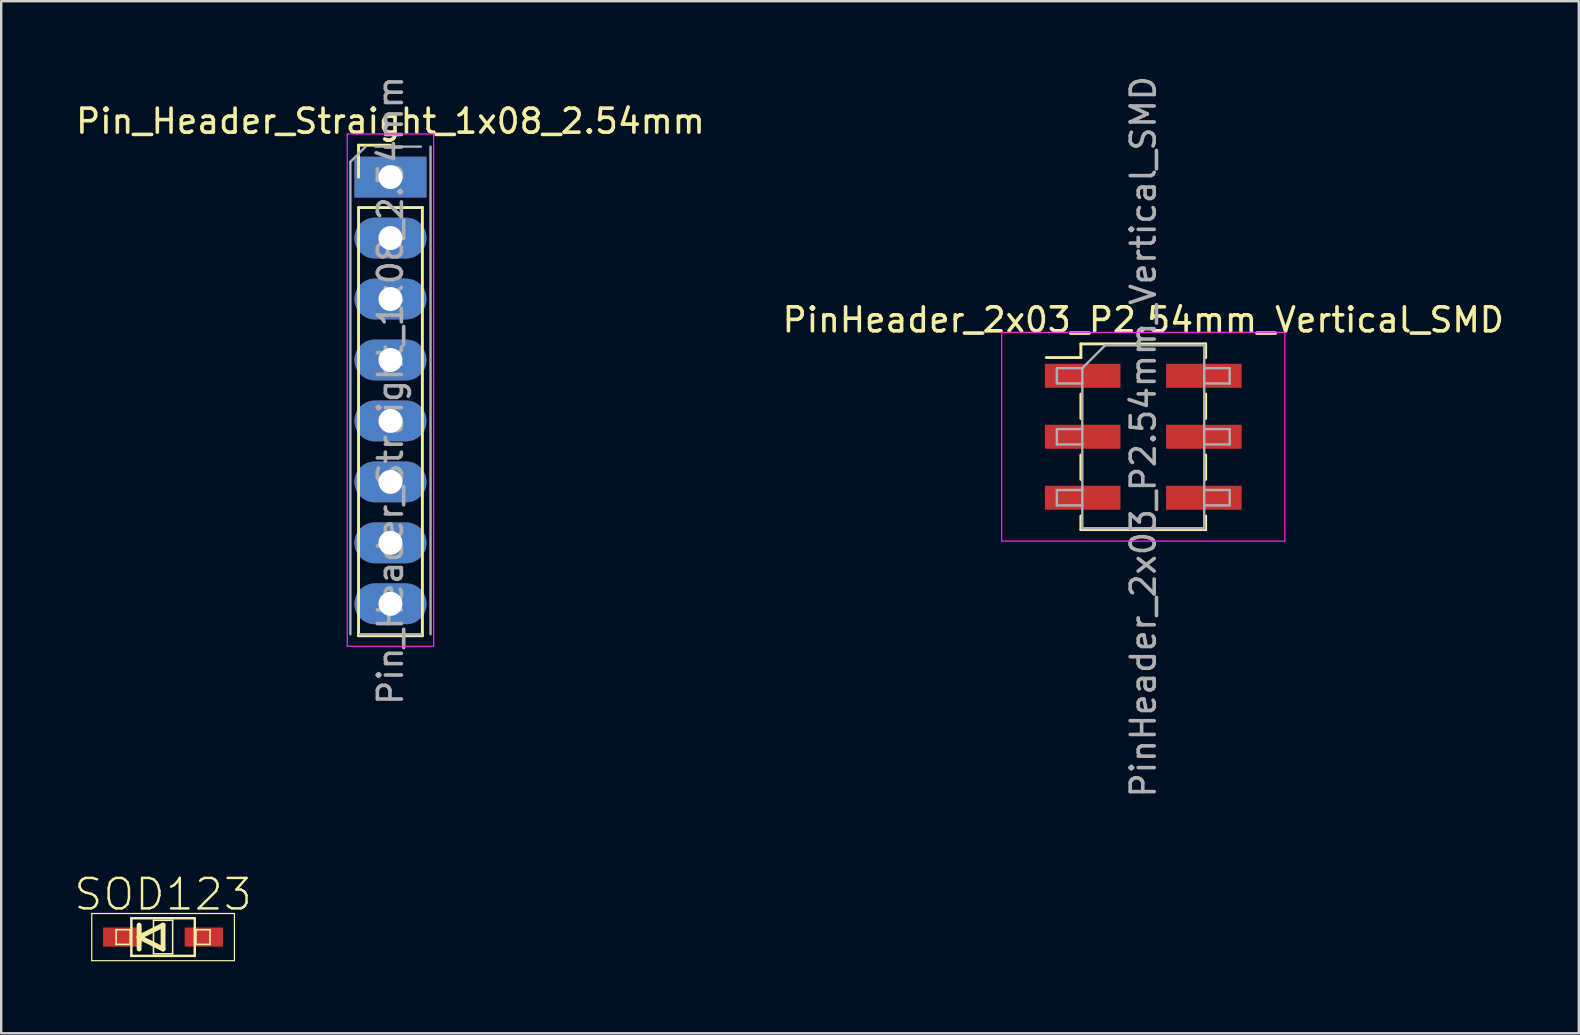
<source format=kicad_pcb>
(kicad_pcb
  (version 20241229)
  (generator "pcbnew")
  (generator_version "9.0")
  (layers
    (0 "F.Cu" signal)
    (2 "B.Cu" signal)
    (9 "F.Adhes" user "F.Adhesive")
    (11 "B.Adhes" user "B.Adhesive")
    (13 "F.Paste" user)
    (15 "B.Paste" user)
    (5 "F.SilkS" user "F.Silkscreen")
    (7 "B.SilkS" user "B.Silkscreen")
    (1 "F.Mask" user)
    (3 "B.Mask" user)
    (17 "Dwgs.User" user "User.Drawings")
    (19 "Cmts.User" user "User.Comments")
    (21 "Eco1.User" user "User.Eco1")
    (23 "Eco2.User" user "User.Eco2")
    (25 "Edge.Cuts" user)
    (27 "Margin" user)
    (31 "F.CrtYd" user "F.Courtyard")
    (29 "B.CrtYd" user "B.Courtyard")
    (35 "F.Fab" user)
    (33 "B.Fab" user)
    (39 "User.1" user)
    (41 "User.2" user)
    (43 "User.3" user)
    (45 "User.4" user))
  (footprint "SOD123"
    (layer "F.Cu")
    (at 3.745 35.997)
    (property "Reference" "SOD123" (at 0 -1.778 0) (layer "F.SilkS") (effects (font (size 1.27 1.27) (thickness 0.102))))
    (attr smd)
    (fp_line (start -2.972 -0.983) (end 2.972 -0.983) (stroke (width 0.051) (type solid)) (layer "F.SilkS"))
    (fp_line (start -2.972 0.983) (end -2.972 -0.983) (stroke (width 0.051) (type solid)) (layer "F.SilkS"))
    (fp_line (start -1.956 -0.305) (end -1.372 -0.305) (stroke (width 0.066) (type solid)) (layer "F.SilkS"))
    (fp_line (start -1.956 0.305) (end -1.956 -0.305) (stroke (width 0.066) (type solid)) (layer "F.SilkS"))
    (fp_line (start -1.956 0.305) (end -1.372 0.305) (stroke (width 0.066) (type solid)) (layer "F.SilkS"))
    (fp_line (start -1.372 0.305) (end -1.372 -0.305) (stroke (width 0.066) (type solid)) (layer "F.SilkS"))
    (fp_line (start -1.321 -0.785) (end 1.321 -0.785) (stroke (width 0.102) (type solid)) (layer "F.SilkS"))
    (fp_line (start -1.321 0.785) (end -1.321 -0.785) (stroke (width 0.102) (type solid)) (layer "F.SilkS"))
    (fp_line (start -1.321 0.785) (end 1.321 0.785) (stroke (width 0.102) (type solid)) (layer "F.SilkS"))
    (fp_line (start -0.998 -0.498) (end -0.998 0) (stroke (width 0.203) (type solid)) (layer "F.SilkS"))
    (fp_line (start -0.998 0) (end -0.998 0.498) (stroke (width 0.203) (type solid)) (layer "F.SilkS"))
    (fp_line (start -0.998 0) (end 0 -0.498) (stroke (width 0.203) (type solid)) (layer "F.SilkS"))
    (fp_line (start -0.399 -0.699) (end 0.399 -0.699) (stroke (width 0.066) (type solid)) (layer "F.SilkS"))
    (fp_line (start -0.399 0.699) (end -0.399 -0.699) (stroke (width 0.066) (type solid)) (layer "F.SilkS"))
    (fp_line (start -0.399 0.699) (end 0.399 0.699) (stroke (width 0.066) (type solid)) (layer "F.SilkS"))
    (fp_line (start 0 -0.498) (end 0 0.498) (stroke (width 0.203) (type solid)) (layer "F.SilkS"))
    (fp_line (start 0 0.498) (end -0.998 0) (stroke (width 0.203) (type solid)) (layer "F.SilkS"))
    (fp_line (start 0.399 0.699) (end 0.399 -0.699) (stroke (width 0.066) (type solid)) (layer "F.SilkS"))
    (fp_line (start 1.321 0.785) (end 1.321 -0.785) (stroke (width 0.102) (type solid)) (layer "F.SilkS"))
    (fp_line (start 1.372 -0.305) (end 1.956 -0.305) (stroke (width 0.066) (type solid)) (layer "F.SilkS"))
    (fp_line (start 1.372 0.305) (end 1.372 -0.305) (stroke (width 0.066) (type solid)) (layer "F.SilkS"))
    (fp_line (start 1.372 0.305) (end 1.956 0.305) (stroke (width 0.066) (type solid)) (layer "F.SilkS"))
    (fp_line (start 1.956 0.305) (end 1.956 -0.305) (stroke (width 0.066) (type solid)) (layer "F.SilkS"))
    (fp_line (start 2.972 -0.983) (end 2.972 0.983) (stroke (width 0.051) (type solid)) (layer "F.SilkS"))
    (fp_line (start 2.972 0.983) (end -2.972 0.983) (stroke (width 0.051) (type solid)) (layer "F.SilkS"))
    (pad "ANOD" smd rect (at 1.699 0) (size 1.598 0.798) (layers "F.Cu" "F.Mask" "F.Paste"))
    (pad "CATH" smd rect (at -1.699 0) (size 1.598 0.798) (layers "F.Cu" "F.Mask" "F.Paste")))
  (footprint "PinHeader_2x03_P2.54mm_Vertical_SMD"
    (layer "F.Cu")
    (at 44.589 15.149)
    (property "Reference" "PinHeader_2x03_P2.54mm_Vertical_SMD" (at 0 -4.87 0) (layer "F.SilkS") (effects (font (size 1 1) (thickness 0.15))))
    (attr smd)
    (fp_line (start -4.04 -3.3) (end -2.6 -3.3) (stroke (width 0.12) (type solid)) (layer "F.SilkS"))
    (fp_line (start -2.6 -3.87) (end -2.6 -3.3) (stroke (width 0.12) (type solid)) (layer "F.SilkS"))
    (fp_line (start -2.6 -3.87) (end 2.6 -3.87) (stroke (width 0.12) (type solid)) (layer "F.SilkS"))
    (fp_line (start -2.6 -1.78) (end -2.6 -0.76) (stroke (width 0.12) (type solid)) (layer "F.SilkS"))
    (fp_line (start -2.6 0.76) (end -2.6 1.78) (stroke (width 0.12) (type solid)) (layer "F.SilkS"))
    (fp_line (start -2.6 3.3) (end -2.6 3.87) (stroke (width 0.12) (type solid)) (layer "F.SilkS"))
    (fp_line (start -2.6 3.87) (end 2.6 3.87) (stroke (width 0.12) (type solid)) (layer "F.SilkS"))
    (fp_line (start 2.6 -3.87) (end 2.6 -3.3) (stroke (width 0.12) (type solid)) (layer "F.SilkS"))
    (fp_line (start 2.6 -1.78) (end 2.6 -0.76) (stroke (width 0.12) (type solid)) (layer "F.SilkS"))
    (fp_line (start 2.6 0.76) (end 2.6 1.78) (stroke (width 0.12) (type solid)) (layer "F.SilkS"))
    (fp_line (start 2.6 3.3) (end 2.6 3.87) (stroke (width 0.12) (type solid)) (layer "F.SilkS"))
    (fp_line (start -5.9 -4.35) (end -5.9 4.35) (stroke (width 0.05) (type solid)) (layer "F.CrtYd"))
    (fp_line (start -5.9 4.35) (end 5.9 4.35) (stroke (width 0.05) (type solid)) (layer "F.CrtYd"))
    (fp_line (start 5.9 -4.35) (end -5.9 -4.35) (stroke (width 0.05) (type solid)) (layer "F.CrtYd"))
    (fp_line (start 5.9 4.35) (end 5.9 -4.35) (stroke (width 0.05) (type solid)) (layer "F.CrtYd"))
    (fp_line (start -3.6 -2.86) (end -3.6 -2.22) (stroke (width 0.1) (type solid)) (layer "F.Fab"))
    (fp_line (start -3.6 -2.22) (end -2.54 -2.22) (stroke (width 0.1) (type solid)) (layer "F.Fab"))
    (fp_line (start -3.6 -0.32) (end -3.6 0.32) (stroke (width 0.1) (type solid)) (layer "F.Fab"))
    (fp_line (start -3.6 0.32) (end -2.54 0.32) (stroke (width 0.1) (type solid)) (layer "F.Fab"))
    (fp_line (start -3.6 2.22) (end -3.6 2.86) (stroke (width 0.1) (type solid)) (layer "F.Fab"))
    (fp_line (start -3.6 2.86) (end -2.54 2.86) (stroke (width 0.1) (type solid)) (layer "F.Fab"))
    (fp_line (start -2.54 -2.86) (end -3.6 -2.86) (stroke (width 0.1) (type solid)) (layer "F.Fab"))
    (fp_line (start -2.54 -2.86) (end -1.59 -3.81) (stroke (width 0.1) (type solid)) (layer "F.Fab"))
    (fp_line (start -2.54 -0.32) (end -3.6 -0.32) (stroke (width 0.1) (type solid)) (layer "F.Fab"))
    (fp_line (start -2.54 2.22) (end -3.6 2.22) (stroke (width 0.1) (type solid)) (layer "F.Fab"))
    (fp_line (start -2.54 3.81) (end -2.54 -2.86) (stroke (width 0.1) (type solid)) (layer "F.Fab"))
    (fp_line (start -1.59 -3.81) (end 2.54 -3.81) (stroke (width 0.1) (type solid)) (layer "F.Fab"))
    (fp_line (start 2.54 -3.81) (end 2.54 3.81) (stroke (width 0.1) (type solid)) (layer "F.Fab"))
    (fp_line (start 2.54 -2.86) (end 3.6 -2.86) (stroke (width 0.1) (type solid)) (layer "F.Fab"))
    (fp_line (start 2.54 -0.32) (end 3.6 -0.32) (stroke (width 0.1) (type solid)) (layer "F.Fab"))
    (fp_line (start 2.54 2.22) (end 3.6 2.22) (stroke (width 0.1) (type solid)) (layer "F.Fab"))
    (fp_line (start 2.54 3.81) (end -2.54 3.81) (stroke (width 0.1) (type solid)) (layer "F.Fab"))
    (fp_line (start 3.6 -2.86) (end 3.6 -2.22) (stroke (width 0.1) (type solid)) (layer "F.Fab"))
    (fp_line (start 3.6 -2.22) (end 2.54 -2.22) (stroke (width 0.1) (type solid)) (layer "F.Fab"))
    (fp_line (start 3.6 -0.32) (end 3.6 0.32) (stroke (width 0.1) (type solid)) (layer "F.Fab"))
    (fp_line (start 3.6 0.32) (end 2.54 0.32) (stroke (width 0.1) (type solid)) (layer "F.Fab"))
    (fp_line (start 3.6 2.22) (end 3.6 2.86) (stroke (width 0.1) (type solid)) (layer "F.Fab"))
    (fp_line (start 3.6 2.86) (end 2.54 2.86) (stroke (width 0.1) (type solid)) (layer "F.Fab"))
    (fp_text user "${REFERENCE}" (at 0 0 90) (layer "F.Fab") (effects (font (size 1 1) (thickness 0.15))))
    (pad "1" smd rect (at -2.525 -2.54) (size 3.15 1) (layers "F.Cu" "F.Mask" "F.Paste"))
    (pad "2" smd rect (at 2.525 -2.54) (size 3.15 1) (layers "F.Cu" "F.Mask" "F.Paste"))
    (pad "3" smd rect (at -2.525 0) (size 3.15 1) (layers "F.Cu" "F.Mask" "F.Paste"))
    (pad "4" smd rect (at 2.525 0) (size 3.15 1) (layers "F.Cu" "F.Mask" "F.Paste"))
    (pad "5" smd rect (at -2.525 2.54) (size 3.15 1) (layers "F.Cu" "F.Mask" "F.Paste"))
    (pad "6" smd rect (at 2.525 2.54) (size 3.15 1) (layers "F.Cu" "F.Mask" "F.Paste")))
  (footprint "Pin_Header_Straight_1x08_2.54mm"
    (layer "F.Cu")
    (at 13.22 4.33)
    (property "Reference" "Pin_Header_Straight_1x08_2.54mm" (at 0 -2.33 0) (layer "F.SilkS") (effects (font (size 1 1) (thickness 0.15))))
    (attr through_hole)
    (fp_line (start -1.33 -1.33) (end 0 -1.33) (stroke (width 0.12) (type solid)) (layer "F.SilkS"))
    (fp_line (start -1.33 0) (end -1.33 -1.33) (stroke (width 0.12) (type solid)) (layer "F.SilkS"))
    (fp_line (start -1.33 1.27) (end -1.33 19.11) (stroke (width 0.12) (type solid)) (layer "F.SilkS"))
    (fp_line (start -1.33 1.27) (end 1.33 1.27) (stroke (width 0.12) (type solid)) (layer "F.SilkS"))
    (fp_line (start -1.33 19.11) (end 1.33 19.11) (stroke (width 0.12) (type solid)) (layer "F.SilkS"))
    (fp_line (start 1.33 1.27) (end 1.33 19.11) (stroke (width 0.12) (type solid)) (layer "F.SilkS"))
    (fp_line (start -1.8 -1.8) (end -1.8 19.55) (stroke (width 0.05) (type solid)) (layer "F.CrtYd"))
    (fp_line (start -1.8 19.55) (end 1.8 19.55) (stroke (width 0.05) (type solid)) (layer "F.CrtYd"))
    (fp_line (start 1.8 -1.8) (end -1.8 -1.8) (stroke (width 0.05) (type solid)) (layer "F.CrtYd"))
    (fp_line (start 1.8 19.55) (end 1.8 -1.8) (stroke (width 0.05) (type solid)) (layer "F.CrtYd"))
    (fp_line (start -1.67 -0.635) (end -1.035 -1.27) (stroke (width 0.1) (type solid)) (layer "F.Fab"))
    (fp_line (start -1.67 19.05) (end -1.67 -0.635) (stroke (width 0.1) (type solid)) (layer "F.Fab"))
    (fp_line (start -0.635 -1.27) (end 1.27 -1.27) (stroke (width 0.1) (type solid)) (layer "F.Fab"))
    (fp_line (start 1.27 19.05) (end -1.27 19.05) (stroke (width 0.1) (type solid)) (layer "F.Fab"))
    (fp_line (start 1.67 -1.27) (end 1.67 19.05) (stroke (width 0.1) (type solid)) (layer "F.Fab"))
    (fp_text user "${REFERENCE}" (at 0 8.89 90) (layer "F.Fab") (effects (font (size 1 1) (thickness 0.15))))
    (pad "1" thru_hole rect (at 0 0) (size 3 1.7) (drill 1) (layers "*.Cu" "*.Mask"))
    (pad "2" thru_hole oval (at 0 2.54) (size 3 1.7) (drill 1) (layers "*.Cu" "*.Mask"))
    (pad "3" thru_hole oval (at 0 5.08) (size 3 1.7) (drill 1) (layers "*.Cu" "*.Mask"))
    (pad "4" thru_hole oval (at 0 7.62) (size 3 1.7) (drill 1) (layers "*.Cu" "*.Mask"))
    (pad "5" thru_hole oval (at 0 10.16) (size 3 1.7) (drill 1) (layers "*.Cu" "*.Mask"))
    (pad "6" thru_hole oval (at 0 12.7) (size 3 1.7) (drill 1) (layers "*.Cu" "*.Mask"))
    (pad "7" thru_hole oval (at 0 15.24) (size 3 1.7) (drill 1) (layers "*.Cu" "*.Mask"))
    (pad "8" thru_hole oval (at 0 17.78) (size 3 1.7) (drill 1) (layers "*.Cu" "*.Mask")))
  (gr_rect
    (start -3 -3)
    (end 62.738 40.005)
    (stroke (width 0.1) (type default))
    (fill no)
    (layer "Edge.Cuts")))
</source>
